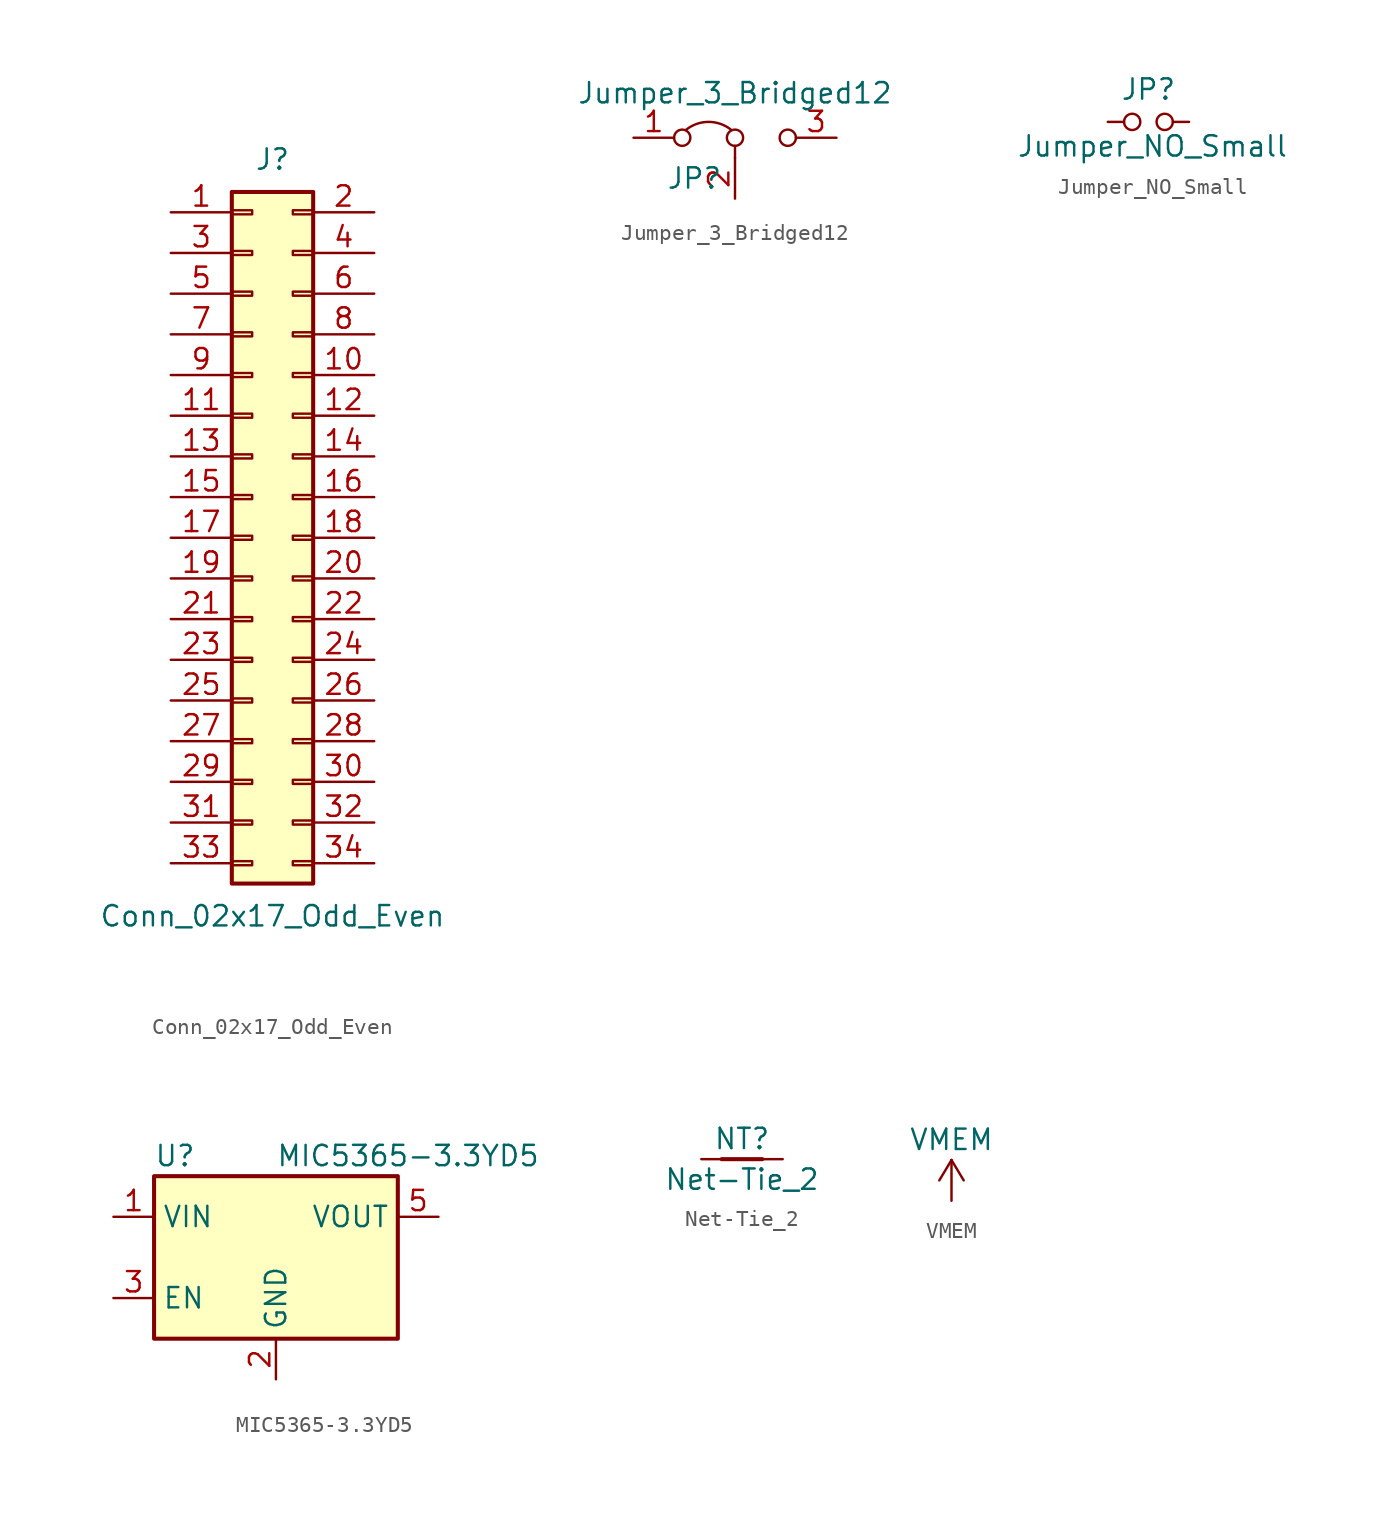
<source format=kicad_sym>
(kicad_symbol_lib
  (version 20231120)
  (generator "kicad_symbol_editor")
  (generator_version "8.0")
  (symbol "Conn_02x17_Odd_Even"
    (pin_names
      (offset 1.016) hide)
    (property "Reference" "J"
      (at 0 23.622 0)
      (effects (font (size 1.27 1.27))))
    (property "Value" "Conn_02x17_Odd_Even"
      (at 0 -23.622 0)
      (effects (font (size 1.27 1.27))))
    (symbol "Conn_02x17_Odd_Even_1_1"
      (rectangle (start -2.54 -20.193) (end -1.27 -20.447) (stroke (width 0.152) (type default)) (fill (type none)))
      (rectangle (start -2.54 -17.653) (end -1.27 -17.907) (stroke (width 0.152) (type default)) (fill (type none)))
      (rectangle (start -2.54 -15.113) (end -1.27 -15.367) (stroke (width 0.152) (type default)) (fill (type none)))
      (rectangle (start -2.54 -12.573) (end -1.27 -12.827) (stroke (width 0.152) (type default)) (fill (type none)))
      (rectangle (start -2.54 -10.033) (end -1.27 -10.287) (stroke (width 0.152) (type default)) (fill (type none)))
      (rectangle (start -2.54 -7.493) (end -1.27 -7.747) (stroke (width 0.152) (type default)) (fill (type none)))
      (rectangle (start -2.54 -4.953) (end -1.27 -5.207) (stroke (width 0.152) (type default)) (fill (type none)))
      (rectangle (start -2.54 -2.413) (end -1.27 -2.667) (stroke (width 0.152) (type default)) (fill (type none)))
      (rectangle (start -2.54 0.127) (end -1.27 -0.127) (stroke (width 0.152) (type default)) (fill (type none)))
      (rectangle (start -2.54 2.667) (end -1.27 2.413) (stroke (width 0.152) (type default)) (fill (type none)))
      (rectangle (start -2.54 5.207) (end -1.27 4.953) (stroke (width 0.152) (type default)) (fill (type none)))
      (rectangle (start -2.54 7.747) (end -1.27 7.493) (stroke (width 0.152) (type default)) (fill (type none)))
      (rectangle (start -2.54 10.287) (end -1.27 10.033) (stroke (width 0.152) (type default)) (fill (type none)))
      (rectangle (start -2.54 12.827) (end -1.27 12.573) (stroke (width 0.152) (type default)) (fill (type none)))
      (rectangle (start -2.54 15.367) (end -1.27 15.113) (stroke (width 0.152) (type default)) (fill (type none)))
      (rectangle (start -2.54 17.907) (end -1.27 17.653) (stroke (width 0.152) (type default)) (fill (type none)))
      (rectangle (start -2.54 20.447) (end -1.27 20.193) (stroke (width 0.152) (type default)) (fill (type none)))
      (rectangle (start -2.54 21.59) (end 2.54 -21.59) (stroke (width 0.254) (type default)) (fill (type background)))
      (rectangle (start 2.54 -20.193) (end 1.27 -20.447) (stroke (width 0.152) (type default)) (fill (type none)))
      (rectangle (start 2.54 -17.653) (end 1.27 -17.907) (stroke (width 0.152) (type default)) (fill (type none)))
      (rectangle (start 2.54 -15.113) (end 1.27 -15.367) (stroke (width 0.152) (type default)) (fill (type none)))
      (rectangle (start 2.54 -12.573) (end 1.27 -12.827) (stroke (width 0.152) (type default)) (fill (type none)))
      (rectangle (start 2.54 -10.033) (end 1.27 -10.287) (stroke (width 0.152) (type default)) (fill (type none)))
      (rectangle (start 2.54 -7.493) (end 1.27 -7.747) (stroke (width 0.152) (type default)) (fill (type none)))
      (rectangle (start 2.54 -4.953) (end 1.27 -5.207) (stroke (width 0.152) (type default)) (fill (type none)))
      (rectangle (start 2.54 -2.413) (end 1.27 -2.667) (stroke (width 0.152) (type default)) (fill (type none)))
      (rectangle (start 2.54 0.127) (end 1.27 -0.127) (stroke (width 0.152) (type default)) (fill (type none)))
      (rectangle (start 2.54 2.667) (end 1.27 2.413) (stroke (width 0.152) (type default)) (fill (type none)))
      (rectangle (start 2.54 5.207) (end 1.27 4.953) (stroke (width 0.152) (type default)) (fill (type none)))
      (rectangle (start 2.54 7.747) (end 1.27 7.493) (stroke (width 0.152) (type default)) (fill (type none)))
      (rectangle (start 2.54 10.287) (end 1.27 10.033) (stroke (width 0.152) (type default)) (fill (type none)))
      (rectangle (start 2.54 12.827) (end 1.27 12.573) (stroke (width 0.152) (type default)) (fill (type none)))
      (rectangle (start 2.54 15.367) (end 1.27 15.113) (stroke (width 0.152) (type default)) (fill (type none)))
      (rectangle (start 2.54 17.907) (end 1.27 17.653) (stroke (width 0.152) (type default)) (fill (type none)))
      (rectangle (start 2.54 20.447) (end 1.27 20.193) (stroke (width 0.152) (type default)) (fill (type none)))
      (pin passive line (at -6.35 20.32 0) (length 3.81) (name "Pin_1" (effects (font (size 1.27 1.27)))) (number "1" (effects (font (size 1.27 1.27)))))
      (pin passive line (at 6.35 10.16 180) (length 3.81) (name "Pin_10" (effects (font (size 1.27 1.27)))) (number "10" (effects (font (size 1.27 1.27)))))
      (pin passive line (at -6.35 7.62 0) (length 3.81) (name "Pin_11" (effects (font (size 1.27 1.27)))) (number "11" (effects (font (size 1.27 1.27)))))
      (pin passive line (at 6.35 7.62 180) (length 3.81) (name "Pin_12" (effects (font (size 1.27 1.27)))) (number "12" (effects (font (size 1.27 1.27)))))
      (pin passive line (at -6.35 5.08 0) (length 3.81) (name "Pin_13" (effects (font (size 1.27 1.27)))) (number "13" (effects (font (size 1.27 1.27)))))
      (pin passive line (at 6.35 5.08 180) (length 3.81) (name "Pin_14" (effects (font (size 1.27 1.27)))) (number "14" (effects (font (size 1.27 1.27)))))
      (pin passive line (at -6.35 2.54 0) (length 3.81) (name "Pin_15" (effects (font (size 1.27 1.27)))) (number "15" (effects (font (size 1.27 1.27)))))
      (pin passive line (at 6.35 2.54 180) (length 3.81) (name "Pin_16" (effects (font (size 1.27 1.27)))) (number "16" (effects (font (size 1.27 1.27)))))
      (pin passive line (at -6.35 0 0) (length 3.81) (name "Pin_17" (effects (font (size 1.27 1.27)))) (number "17" (effects (font (size 1.27 1.27)))))
      (pin passive line (at 6.35 0 180) (length 3.81) (name "Pin_18" (effects (font (size 1.27 1.27)))) (number "18" (effects (font (size 1.27 1.27)))))
      (pin passive line (at -6.35 -2.54 0) (length 3.81) (name "Pin_19" (effects (font (size 1.27 1.27)))) (number "19" (effects (font (size 1.27 1.27)))))
      (pin passive line (at 6.35 20.32 180) (length 3.81) (name "Pin_2" (effects (font (size 1.27 1.27)))) (number "2" (effects (font (size 1.27 1.27)))))
      (pin passive line (at 6.35 -2.54 180) (length 3.81) (name "Pin_20" (effects (font (size 1.27 1.27)))) (number "20" (effects (font (size 1.27 1.27)))))
      (pin passive line (at -6.35 -5.08 0) (length 3.81) (name "Pin_21" (effects (font (size 1.27 1.27)))) (number "21" (effects (font (size 1.27 1.27)))))
      (pin passive line (at 6.35 -5.08 180) (length 3.81) (name "Pin_22" (effects (font (size 1.27 1.27)))) (number "22" (effects (font (size 1.27 1.27)))))
      (pin passive line (at -6.35 -7.62 0) (length 3.81) (name "Pin_23" (effects (font (size 1.27 1.27)))) (number "23" (effects (font (size 1.27 1.27)))))
      (pin passive line (at 6.35 -7.62 180) (length 3.81) (name "Pin_24" (effects (font (size 1.27 1.27)))) (number "24" (effects (font (size 1.27 1.27)))))
      (pin passive line (at -6.35 -10.16 0) (length 3.81) (name "Pin_25" (effects (font (size 1.27 1.27)))) (number "25" (effects (font (size 1.27 1.27)))))
      (pin passive line (at 6.35 -10.16 180) (length 3.81) (name "Pin_26" (effects (font (size 1.27 1.27)))) (number "26" (effects (font (size 1.27 1.27)))))
      (pin passive line (at -6.35 -12.7 0) (length 3.81) (name "Pin_27" (effects (font (size 1.27 1.27)))) (number "27" (effects (font (size 1.27 1.27)))))
      (pin passive line (at 6.35 -12.7 180) (length 3.81) (name "Pin_28" (effects (font (size 1.27 1.27)))) (number "28" (effects (font (size 1.27 1.27)))))
      (pin passive line (at -6.35 -15.24 0) (length 3.81) (name "Pin_29" (effects (font (size 1.27 1.27)))) (number "29" (effects (font (size 1.27 1.27)))))
      (pin passive line (at -6.35 17.78 0) (length 3.81) (name "Pin_3" (effects (font (size 1.27 1.27)))) (number "3" (effects (font (size 1.27 1.27)))))
      (pin passive line (at 6.35 -15.24 180) (length 3.81) (name "Pin_30" (effects (font (size 1.27 1.27)))) (number "30" (effects (font (size 1.27 1.27)))))
      (pin passive line (at -6.35 -17.78 0) (length 3.81) (name "Pin_31" (effects (font (size 1.27 1.27)))) (number "31" (effects (font (size 1.27 1.27)))))
      (pin passive line (at 6.35 -17.78 180) (length 3.81) (name "Pin_32" (effects (font (size 1.27 1.27)))) (number "32" (effects (font (size 1.27 1.27)))))
      (pin passive line (at -6.35 -20.32 0) (length 3.81) (name "Pin_33" (effects (font (size 1.27 1.27)))) (number "33" (effects (font (size 1.27 1.27)))))
      (pin passive line (at 6.35 -20.32 180) (length 3.81) (name "Pin_34" (effects (font (size 1.27 1.27)))) (number "34" (effects (font (size 1.27 1.27)))))
      (pin passive line (at 6.35 17.78 180) (length 3.81) (name "Pin_4" (effects (font (size 1.27 1.27)))) (number "4" (effects (font (size 1.27 1.27)))))
      (pin passive line (at -6.35 15.24 0) (length 3.81) (name "Pin_5" (effects (font (size 1.27 1.27)))) (number "5" (effects (font (size 1.27 1.27)))))
      (pin passive line (at 6.35 15.24 180) (length 3.81) (name "Pin_6" (effects (font (size 1.27 1.27)))) (number "6" (effects (font (size 1.27 1.27)))))
      (pin passive line (at -6.35 12.7 0) (length 3.81) (name "Pin_7" (effects (font (size 1.27 1.27)))) (number "7" (effects (font (size 1.27 1.27)))))
      (pin passive line (at 6.35 12.7 180) (length 3.81) (name "Pin_8" (effects (font (size 1.27 1.27)))) (number "8" (effects (font (size 1.27 1.27)))))
      (pin passive line (at -6.35 10.16 0) (length 3.81) (name "Pin_9" (effects (font (size 1.27 1.27)))) (number "9" (effects (font (size 1.27 1.27)))))))
  (symbol "Jumper_3_Bridged12"
    (pin_names
      (offset 0) hide)
    (property "Reference" "JP"
      (at -2.54 -2.54 0)
      (effects (font (size 1.27 1.27))))
    (property "Value" "Jumper_3_Bridged12"
      (at 0 2.794 0)
      (effects (font (size 1.27 1.27))))
    (symbol "Jumper_3_Bridged12_0_0"
      (circle (center -3.302 0) (radius 0.508) (stroke (width 0) (type default)) (fill (type none)))
      (circle (center 0 0) (radius 0.508) (stroke (width 0) (type default)) (fill (type none)))
      (circle (center 3.302 0) (radius 0.508) (stroke (width 0) (type default)) (fill (type none))))
    (symbol "Jumper_3_Bridged12_0_1"
      (arc (start -0.254 0.508) (mid -1.651 0.9912) (end -3.048 0.508) (stroke (width 0) (type default)) (fill (type none)))
      (polyline (pts (xy 0 -1.27) (xy 0 -0.508)) (stroke (width 0) (type default)) (fill (type none))))
    (symbol "Jumper_3_Bridged12_1_1"
      (pin passive line (at -6.35 0 0) (length 2.54) (name "A" (effects (font (size 1.27 1.27)))) (number "1" (effects (font (size 1.27 1.27)))))
      (pin input line (at 0 -3.81 90) (length 2.54) (name "C" (effects (font (size 1.27 1.27)))) (number "2" (effects (font (size 1.27 1.27)))))
      (pin passive line (at 6.35 0 180) (length 2.54) (name "B" (effects (font (size 1.27 1.27)))) (number "3" (effects (font (size 1.27 1.27)))))))
  (symbol "Jumper_NO_Small"
    (pin_numbers hide)
    (pin_names
      (offset 0.762) hide)
    (property "Reference" "JP"
      (at 0 2.032 0)
      (effects (font (size 1.27 1.27))))
    (property "Value" "Jumper_NO_Small"
      (at 0.254 -1.524 0)
      (effects (font (size 1.27 1.27))))
    (symbol "Jumper_NO_Small_0_1"
      (circle (center -1.016 0) (radius 0.508) (stroke (width 0) (type default)) (fill (type none)))
      (circle (center 1.016 0) (radius 0.508) (stroke (width 0) (type default)) (fill (type none)))
      (pin passive line (at -2.54 0 0) (length 1.016) (name "1" (effects (font (size 1.27 1.27)))) (number "1" (effects (font (size 1.27 1.27)))))
      (pin passive line (at 2.54 0 180) (length 1.016) (name "2" (effects (font (size 1.27 1.27)))) (number "2" (effects (font (size 1.27 1.27)))))))
  (symbol "MIC5365-3.3YD5"
    (property "Reference" "U"
      (at -7.62 6.35 0)
      (effects (font (size 1.27 1.27)) (justify left)))
    (property "Value" "MIC5365-3.3YD5"
      (at 0 6.35 0)
      (effects (font (size 1.27 1.27)) (justify left)))
    (symbol "MIC5365-3.3YD5_0_1"
      (rectangle (start -7.62 5.08) (end 7.62 -5.08) (stroke (width 0.254) (type default)) (fill (type background))))
    (symbol "MIC5365-3.3YD5_1_1"
      (pin power_in line (at -10.16 2.54 0) (length 2.54) (name "VIN" (effects (font (size 1.27 1.27)))) (number "1" (effects (font (size 1.27 1.27)))))
      (pin power_in line (at 0 -7.62 90) (length 2.54) (name "GND" (effects (font (size 1.27 1.27)))) (number "2" (effects (font (size 1.27 1.27)))))
      (pin input line (at -10.16 -2.54 0) (length 2.54) (name "EN" (effects (font (size 1.27 1.27)))) (number "3" (effects (font (size 1.27 1.27)))))
      (pin no_connect line (at 7.62 -2.54 180) (length 2.54) hide (name "DC" (effects (font (size 1.27 1.27)))) (number "4" (effects (font (size 1.27 1.27)))))
      (pin power_out line (at 10.16 2.54 180) (length 2.54) (name "VOUT" (effects (font (size 1.27 1.27)))) (number "5" (effects (font (size 1.27 1.27)))))))
  (symbol "Net-Tie_2"
    (pin_numbers hide)
    (pin_names
      (offset 0) hide)
    (property "Reference" "NT"
      (at 0 1.27 0)
      (effects (font (size 1.27 1.27))))
    (property "Value" "Net-Tie_2"
      (at 0 -1.27 0)
      (effects (font (size 1.27 1.27))))
    (symbol "Net-Tie_2_0_1"
      (polyline (pts (xy -1.27 0) (xy 1.27 0)) (stroke (width 0.254) (type default)) (fill (type none))))
    (symbol "Net-Tie_2_1_1"
      (pin passive line (at -2.54 0 0) (length 2.54) (name "1" (effects (font (size 1.27 1.27)))) (number "1" (effects (font (size 1.27 1.27)))))
      (pin passive line (at 2.54 0 180) (length 2.54) (name "2" (effects (font (size 1.27 1.27)))) (number "2" (effects (font (size 1.27 1.27)))))))
  (symbol "VMEM"
    (power)
    (pin_names
      (offset 0))
    (property "Reference" "#PWR"
      (at 0 -3.81 0)
      (effects (font (size 1.27 1.27)) (hide yes)))
    (property "Value" "VMEM"
      (at 0 3.81 0)
      (effects (font (size 1.27 1.27))))
    (symbol "VMEM_0_1"
      (polyline (pts (xy -0.762 1.27) (xy 0 2.54)) (stroke (width 0) (type default)) (fill (type none)))
      (polyline (pts (xy 0 0) (xy 0 2.54)) (stroke (width 0) (type default)) (fill (type none)))
      (polyline (pts (xy 0 2.54) (xy 0.762 1.27)) (stroke (width 0) (type default)) (fill (type none))))
    (symbol "VMEM_1_1"
      (pin power_in line (at 0 0 90) (length 0) hide (name "VMEM" (effects (font (size 1.27 1.27)))) (number "1" (effects (font (size 1.27 1.27))))))))
</source>
